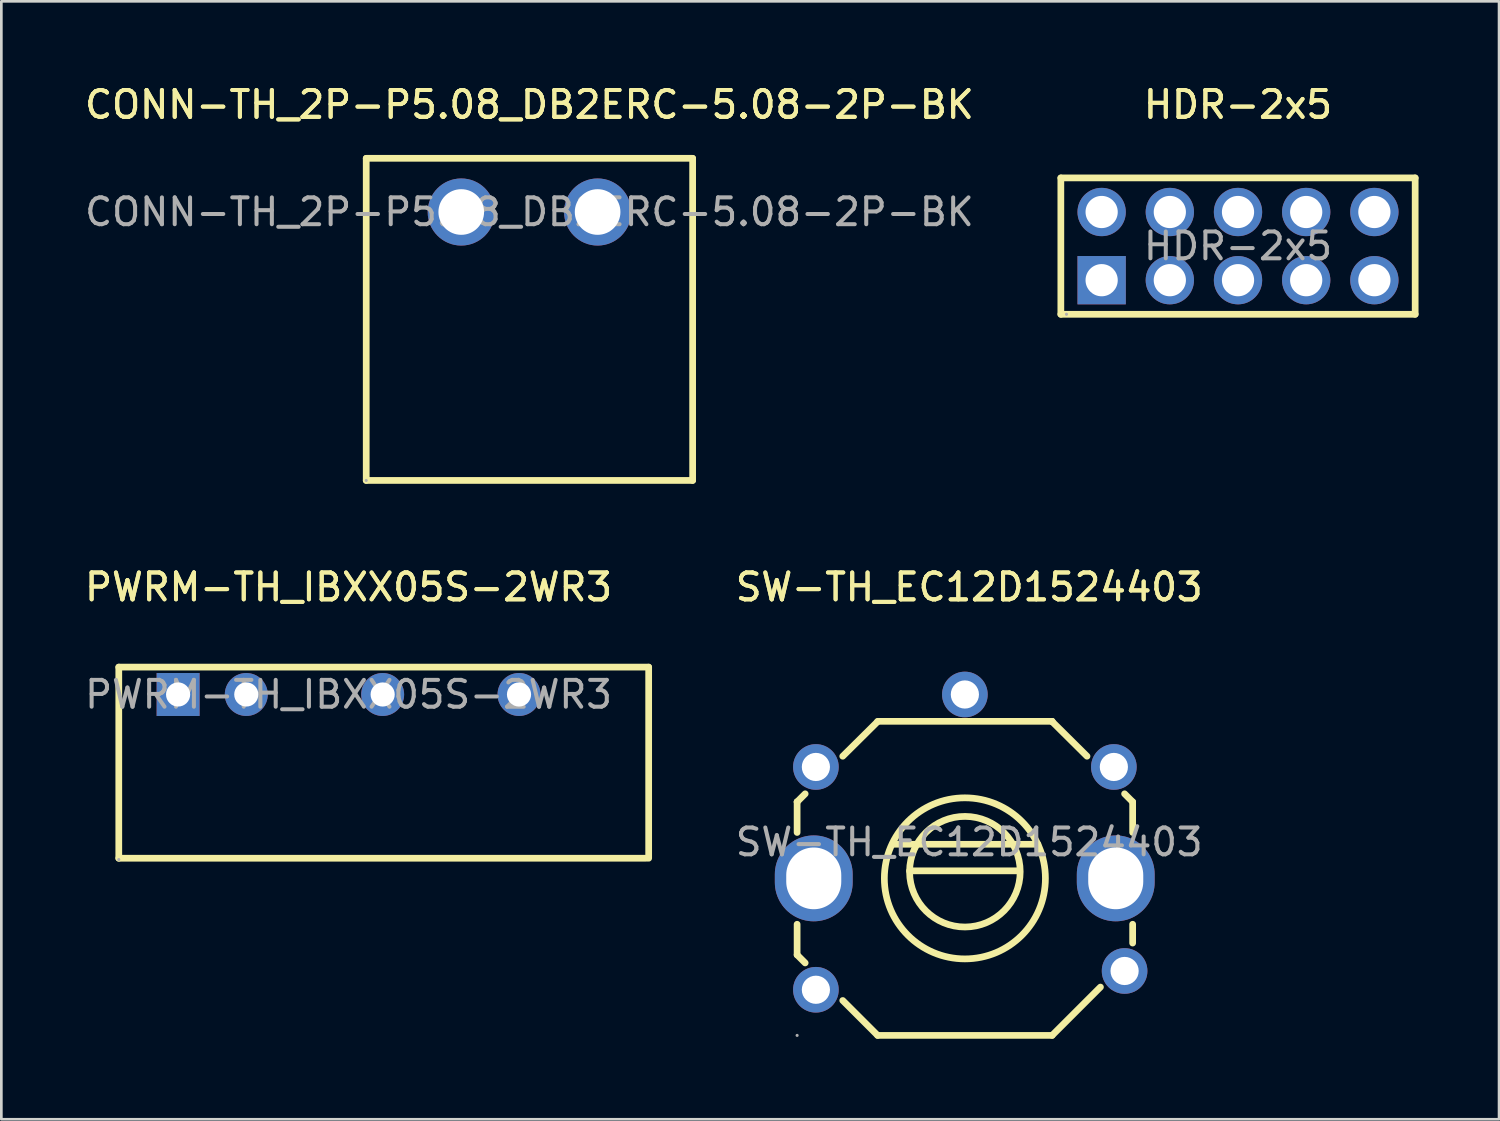
<source format=kicad_pcb>
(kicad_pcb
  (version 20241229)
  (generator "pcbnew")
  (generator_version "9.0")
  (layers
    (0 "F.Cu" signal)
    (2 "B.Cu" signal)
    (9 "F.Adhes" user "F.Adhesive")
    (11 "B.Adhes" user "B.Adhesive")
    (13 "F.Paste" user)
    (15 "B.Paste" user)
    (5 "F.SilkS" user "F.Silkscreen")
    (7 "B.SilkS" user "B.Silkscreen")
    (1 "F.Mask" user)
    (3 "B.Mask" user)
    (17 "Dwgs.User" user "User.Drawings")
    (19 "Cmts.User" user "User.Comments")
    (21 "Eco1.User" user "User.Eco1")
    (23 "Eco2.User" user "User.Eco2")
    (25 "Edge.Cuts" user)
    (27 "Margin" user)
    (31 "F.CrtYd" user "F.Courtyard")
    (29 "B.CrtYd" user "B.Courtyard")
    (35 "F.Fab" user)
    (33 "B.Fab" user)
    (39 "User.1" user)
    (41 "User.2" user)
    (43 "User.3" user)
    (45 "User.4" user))
  (footprint "CONN-TH_2P-P5.08_DB2ERC-5.08-2P-BK"
    (layer "F.Cu")
    (at 16.673 4.848)
    (property "Reference" "CONN-TH_2P-P5.08_DB2ERC-5.08-2P-BK" (at 0 -4 0) (layer "F.SilkS") (effects (font (size 1 1) (thickness 0.15))))
    (attr through_hole)
    (fp_line (start -6.08 -2) (end 6.08 -2) (stroke (width 0.25) (type solid)) (layer "F.SilkS"))
    (fp_line (start -6.08 10) (end -6.08 -2) (stroke (width 0.25) (type solid)) (layer "F.SilkS"))
    (fp_line (start 6.08 -2) (end 6.08 10) (stroke (width 0.25) (type solid)) (layer "F.SilkS"))
    (fp_line (start 6.08 10) (end -6.08 10) (stroke (width 0.25) (type solid)) (layer "F.SilkS"))
    (fp_circle (center -6.08 10) (end -6.05 10) (stroke (width 0.06) (type solid)) (fill no) (layer "F.Fab"))
    (fp_text user "${REFERENCE}" (at 0 -4 0) (layer "F.SilkS") (effects (font (size 1 1) (thickness 0.15))))
    (fp_text user "${REFERENCE}" (at 0 0 0) (layer "F.Fab") (effects (font (size 1 1) (thickness 0.15))))
    (pad "1" thru_hole circle (at -2.54 0) (size 2.5 2.5) (drill 1.7) (layers "*.Cu" "*.Mask"))
    (pad "2" thru_hole circle (at 2.54 0) (size 2.5 2.5) (drill 1.7) (layers "*.Cu" "*.Mask")))
  (footprint "HDR-2x5"
    (layer "F.Cu")
    (at 43.07 6.118)
    (property "Reference" "HDR-2x5" (at 0 -5.27 0) (layer "F.SilkS") (effects (font (size 1 1) (thickness 0.15))))
    (attr through_hole)
    (fp_line (start -6.6 -2.54) (end -6.6 2.54) (stroke (width 0.25) (type solid)) (layer "F.SilkS"))
    (fp_line (start -6.6 -2.54) (end 6.6 -2.54) (stroke (width 0.25) (type solid)) (layer "F.SilkS"))
    (fp_line (start 6.6 -2.54) (end 6.6 2.54) (stroke (width 0.25) (type solid)) (layer "F.SilkS"))
    (fp_line (start 6.6 2.54) (end -6.6 2.54) (stroke (width 0.25) (type solid)) (layer "F.SilkS"))
    (fp_circle (center -6.39 2.54) (end -6.36 2.54) (stroke (width 0.06) (type solid)) (fill no) (layer "F.Fab"))
    (fp_text user "${REFERENCE}" (at 0 -5.27 0) (layer "F.SilkS") (effects (font (size 1 1) (thickness 0.15))))
    (fp_text user "${REFERENCE}" (at 0 0 0) (layer "F.Fab") (effects (font (size 1 1) (thickness 0.15))))
    (pad "1" thru_hole rect (at -5.08 1.27) (size 1.8 1.8) (drill 1.2) (layers "*.Cu" "*.Mask"))
    (pad "2" thru_hole circle (at -5.08 -1.27) (size 1.8 1.8) (drill 1.2) (layers "*.Cu" "*.Mask"))
    (pad "3" thru_hole circle (at -2.54 1.27) (size 1.8 1.8) (drill 1.2) (layers "*.Cu" "*.Mask"))
    (pad "4" thru_hole circle (at -2.54 -1.27) (size 1.8 1.8) (drill 1.2) (layers "*.Cu" "*.Mask"))
    (pad "5" thru_hole circle (at 0 1.27) (size 1.8 1.8) (drill 1.2) (layers "*.Cu" "*.Mask"))
    (pad "6" thru_hole circle (at 0 -1.27) (size 1.8 1.8) (drill 1.2) (layers "*.Cu" "*.Mask"))
    (pad "7" thru_hole circle (at 2.54 1.27) (size 1.8 1.8) (drill 1.2) (layers "*.Cu" "*.Mask"))
    (pad "8" thru_hole circle (at 2.54 -1.27) (size 1.8 1.8) (drill 1.2) (layers "*.Cu" "*.Mask"))
    (pad "9" thru_hole circle (at 5.08 1.27) (size 1.8 1.8) (drill 1.2) (layers "*.Cu" "*.Mask"))
    (pad "10" thru_hole circle (at 5.08 -1.27) (size 1.8 1.8) (drill 1.2) (layers "*.Cu" "*.Mask")))
  (footprint "SW-TH_EC12D1524403"
    (layer "F.Cu")
    (at 33.055 28.322)
    (property "Reference" "SW-TH_EC12D1524403" (at 0 -9.5 0) (layer "F.SilkS") (effects (font (size 1 1) (thickness 0.15))))
    (attr through_hole)
    (fp_line (start -6.41 -1.5) (end -6.41 -1.5) (stroke (width 0.25) (type solid)) (layer "F.SilkS"))
    (fp_line (start -6.41 -1.5) (end -6.11 -1.8) (stroke (width 0.25) (type solid)) (layer "F.SilkS"))
    (fp_line (start -6.41 -0.36) (end -6.41 -1.5) (stroke (width 0.25) (type solid)) (layer "F.SilkS"))
    (fp_line (start -6.41 4.2) (end -6.41 3.06) (stroke (width 0.25) (type solid)) (layer "F.SilkS"))
    (fp_line (start -6.11 4.5) (end -6.41 4.2) (stroke (width 0.25) (type solid)) (layer "F.SilkS"))
    (fp_line (start -4.71 -3.2) (end -3.42 -4.48) (stroke (width 0.25) (type solid)) (layer "F.SilkS"))
    (fp_line (start -3.41 -4.5) (end 3.09 -4.5) (stroke (width 0.25) (type solid)) (layer "F.SilkS"))
    (fp_line (start -3.41 7.2) (end -4.71 5.9) (stroke (width 0.25) (type solid)) (layer "F.SilkS"))
    (fp_line (start -2.85 0.08) (end 2.56 0.08) (stroke (width 0.25) (type solid)) (layer "F.SilkS"))
    (fp_line (start -2.22 1.07) (end 1.87 1.07) (stroke (width 0.25) (type solid)) (layer "F.SilkS"))
    (fp_line (start 3.09 -4.5) (end 3.09 -4.49) (stroke (width 0.25) (type solid)) (layer "F.SilkS"))
    (fp_line (start 3.09 -4.49) (end 4.39 -3.2) (stroke (width 0.25) (type solid)) (layer "F.SilkS"))
    (fp_line (start 3.09 7.2) (end -3.41 7.2) (stroke (width 0.25) (type solid)) (layer "F.SilkS"))
    (fp_line (start 4.89 5.4) (end 3.09 7.2) (stroke (width 0.25) (type solid)) (layer "F.SilkS"))
    (fp_line (start 5.79 -1.8) (end 6.09 -1.5) (stroke (width 0.25) (type solid)) (layer "F.SilkS"))
    (fp_line (start 6.09 -1.5) (end 6.09 -0.36) (stroke (width 0.25) (type solid)) (layer "F.SilkS"))
    (fp_line (start 6.09 3.06) (end 6.09 3.76) (stroke (width 0.25) (type solid)) (layer "F.SilkS"))
    (fp_arc (start -2.220035 1.084045) (mid 1.900096 1.098011) (end -2.22 1.12) (stroke (width 0.25) (type solid)) (layer "F.SilkS"))
    (fp_circle (center -0.16 1.35) (end 2.84 1.35) (stroke (width 0.25) (type solid)) (fill no) (layer "F.SilkS"))
    (fp_circle (center -6.41 7.2) (end -6.38 7.2) (stroke (width 0.06) (type solid)) (fill no) (layer "F.Fab"))
    (fp_text user "${REFERENCE}" (at 0 -9.5 0) (layer "F.SilkS") (effects (font (size 1 1) (thickness 0.15))))
    (fp_text user "${REFERENCE}" (at 0 0 0) (layer "F.Fab") (effects (font (size 1 1) (thickness 0.15))))
    (pad "6" thru_hole oval (at -5.79 1.35) (size 2.9 3.2) (drill oval 2.05 2.3) (layers "*.Cu" "*.Mask"))
    (pad "7" thru_hole oval (at 5.46 1.35) (size 2.9 3.2) (drill oval 2.05 2.3) (layers "*.Cu" "*.Mask"))
    (pad "A" thru_hole circle (at -5.71 -2.8) (size 1.7 1.7) (drill 1.05) (layers "*.Cu" "*.Mask"))
    (pad "B" thru_hole circle (at 5.39 -2.8) (size 1.7 1.7) (drill 1.05) (layers "*.Cu" "*.Mask"))
    (pad "C" thru_hole circle (at -5.71 5.5) (size 1.7 1.7) (drill 1.05) (layers "*.Cu" "*.Mask"))
    (pad "D" thru_hole circle (at 5.79 4.8) (size 1.7 1.7) (drill 1.05) (layers "*.Cu" "*.Mask"))
    (pad "E" thru_hole circle (at -0.16 -5.5) (size 1.7 1.7) (drill 1.05) (layers "*.Cu" "*.Mask")))
  (footprint "PWRM-TH_IBXX05S-2WR3"
    (layer "F.Cu")
    (at 9.935 22.822)
    (property "Reference" "PWRM-TH_IBXX05S-2WR3" (at 0 -4 0) (layer "F.SilkS") (effects (font (size 1 1) (thickness 0.15))))
    (attr through_hole)
    (fp_line (start -8.56 -1.02) (end 11.18 -1.02) (stroke (width 0.25) (type solid)) (layer "F.SilkS"))
    (fp_line (start -8.56 6.1) (end -8.56 -1.02) (stroke (width 0.25) (type solid)) (layer "F.SilkS"))
    (fp_line (start -8.56 6.1) (end 11.09 6.1) (stroke (width 0.25) (type solid)) (layer "F.SilkS"))
    (fp_line (start 11.18 -1.02) (end 11.18 6.1) (stroke (width 0.25) (type solid)) (layer "F.SilkS"))
    (fp_circle (center -8.56 6.15) (end -8.53 6.15) (stroke (width 0.06) (type solid)) (fill no) (layer "F.Fab"))
    (fp_text user "${REFERENCE}" (at 0 -4 0) (layer "F.SilkS") (effects (font (size 1 1) (thickness 0.15))))
    (fp_text user "${REFERENCE}" (at 0 0 0) (layer "F.Fab") (effects (font (size 1 1) (thickness 0.15))))
    (pad "1" thru_hole rect (at -6.35 0) (size 1.6 1.6) (drill 0.9) (layers "*.Cu" "*.Mask"))
    (pad "2" thru_hole circle (at -3.81 0) (size 1.6 1.6) (drill 0.9) (layers "*.Cu" "*.Mask"))
    (pad "4" thru_hole circle (at 1.27 0) (size 1.6 1.6) (drill 0.9) (layers "*.Cu" "*.Mask"))
    (pad "6" thru_hole circle (at 6.35 0) (size 1.6 1.6) (drill 0.9) (layers "*.Cu" "*.Mask")))
  (gr_rect
    (start -3 -3)
    (end 52.795 38.647)
    (stroke (width 0.1) (type default))
    (fill no)
    (layer "Edge.Cuts")))
</source>
